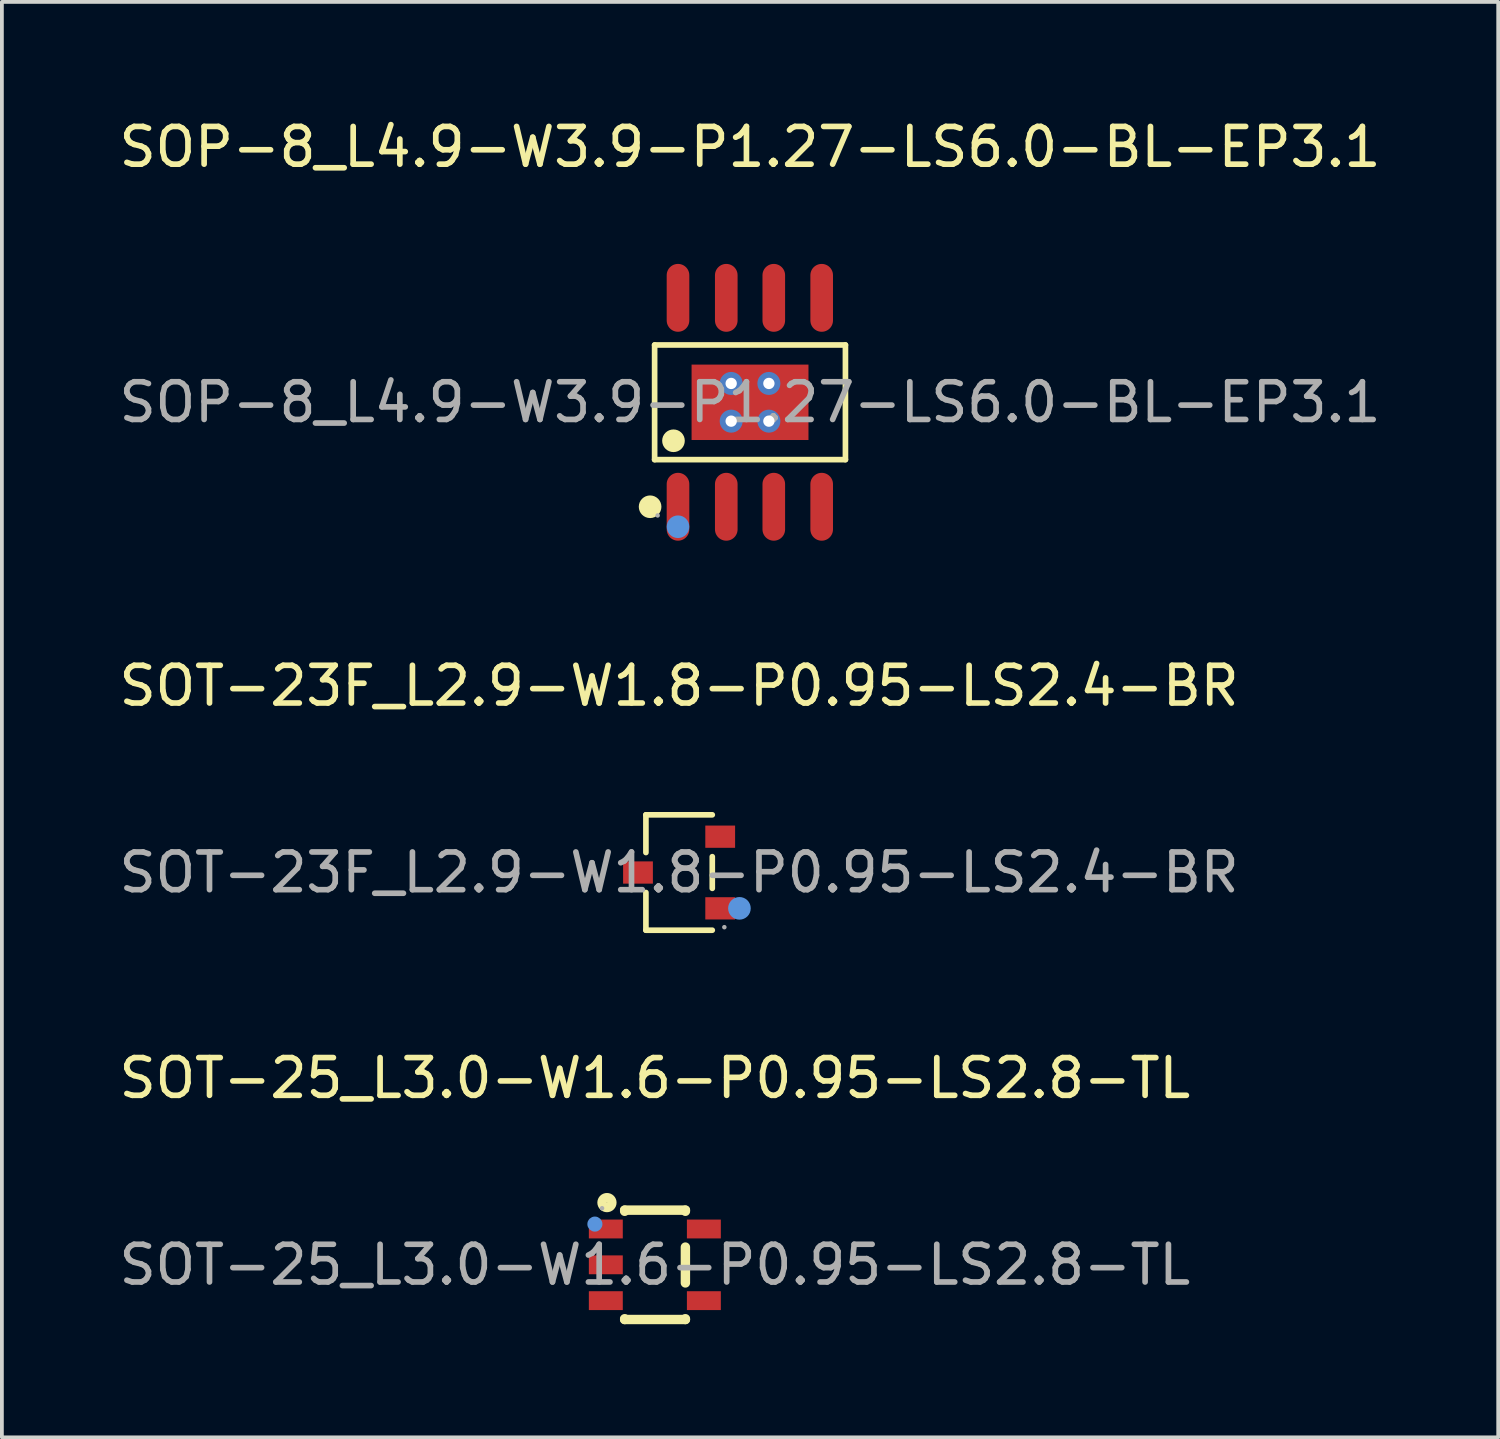
<source format=kicad_pcb>
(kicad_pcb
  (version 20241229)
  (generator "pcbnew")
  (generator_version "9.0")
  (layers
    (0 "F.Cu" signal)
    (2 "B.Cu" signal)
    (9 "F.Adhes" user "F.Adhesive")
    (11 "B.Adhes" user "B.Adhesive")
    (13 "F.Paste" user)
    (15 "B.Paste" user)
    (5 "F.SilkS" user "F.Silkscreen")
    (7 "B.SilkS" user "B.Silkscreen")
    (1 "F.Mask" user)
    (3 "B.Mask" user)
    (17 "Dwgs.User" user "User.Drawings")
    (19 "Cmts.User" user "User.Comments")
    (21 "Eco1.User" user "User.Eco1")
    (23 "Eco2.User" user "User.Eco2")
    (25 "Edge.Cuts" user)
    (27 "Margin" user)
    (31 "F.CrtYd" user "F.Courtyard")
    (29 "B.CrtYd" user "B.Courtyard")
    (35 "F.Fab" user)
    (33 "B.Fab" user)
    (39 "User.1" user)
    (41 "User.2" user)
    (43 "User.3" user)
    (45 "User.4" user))
  (footprint "SOT-25_L3.0-W1.6-P0.95-LS2.8-TL"
    (layer "F.Cu")
    (at 14.315 30.49)
    (property "Reference" "SOT-25_L3.0-W1.6-P0.95-LS2.8-TL" (at 0 -4.95 0) (layer "F.SilkS") (effects (font (size 1 1) (thickness 0.15))))
    (attr smd)
    (fp_line (start -0.8 -1.45) (end -0.8 -1.42) (stroke (width 0.25) (type solid)) (layer "F.SilkS"))
    (fp_line (start -0.8 -1.45) (end 0.81 -1.45) (stroke (width 0.25) (type solid)) (layer "F.SilkS"))
    (fp_line (start -0.8 1.43) (end -0.8 1.45) (stroke (width 0.25) (type solid)) (layer "F.SilkS"))
    (fp_line (start -0.8 1.45) (end 0.81 1.45) (stroke (width 0.25) (type solid)) (layer "F.SilkS"))
    (fp_line (start 0.81 -1.42) (end 0.81 -1.45) (stroke (width 0.25) (type solid)) (layer "F.SilkS"))
    (fp_line (start 0.81 0.48) (end 0.81 -0.47) (stroke (width 0.25) (type solid)) (layer "F.SilkS"))
    (fp_line (start 0.81 1.45) (end 0.81 1.43) (stroke (width 0.25) (type solid)) (layer "F.SilkS"))
    (fp_circle (center -1.27 -1.65) (end -1.14 -1.65) (stroke (width 0.25) (type solid)) (fill no) (layer "F.SilkS"))
    (fp_circle (center -1.59 -1.08) (end -1.49 -1.08) (stroke (width 0.2) (type solid)) (fill no) (layer "Cmts.User"))
    (fp_circle (center -1.4 -1.5) (end -1.37 -1.5) (stroke (width 0.06) (type solid)) (fill no) (layer "F.Fab"))
    (fp_text user "${REFERENCE}" (at 0 0 0) (layer "F.Fab") (effects (font (size 1 1) (thickness 0.15))))
    (pad "1" smd rect (at -1.3 -0.95 270) (size 0.5 0.9) (layers "F.Cu" "F.Mask" "F.Paste"))
    (pad "2" smd rect (at -1.3 0 270) (size 0.5 0.9) (layers "F.Cu" "F.Mask" "F.Paste"))
    (pad "3" smd rect (at -1.3 0.95 270) (size 0.5 0.9) (layers "F.Cu" "F.Mask" "F.Paste"))
    (pad "4" smd rect (at 1.3 0.95 270) (size 0.5 0.9) (layers "F.Cu" "F.Mask" "F.Paste"))
    (pad "5" smd rect (at 1.3 -0.95 270) (size 0.5 0.9) (layers "F.Cu" "F.Mask" "F.Paste")))
  (footprint "SOT-23F_L2.9-W1.8-P0.95-LS2.4-BR"
    (layer "F.Cu")
    (at 14.958 20.087)
    (property "Reference" "SOT-23F_L2.9-W1.8-P0.95-LS2.4-BR" (at 0 -4.95 0) (layer "F.SilkS") (effects (font (size 1 1) (thickness 0.15))))
    (attr smd)
    (fp_line (start -0.88 -1.53) (end -0.88 -0.53) (stroke (width 0.15) (type solid)) (layer "F.SilkS"))
    (fp_line (start -0.88 1.53) (end -0.88 0.53) (stroke (width 0.15) (type solid)) (layer "F.SilkS"))
    (fp_line (start 0.88 -1.53) (end -0.88 -1.53) (stroke (width 0.15) (type solid)) (layer "F.SilkS"))
    (fp_line (start 0.88 -0.42) (end 0.88 0.42) (stroke (width 0.15) (type solid)) (layer "F.SilkS"))
    (fp_line (start 0.88 1.53) (end -0.88 1.53) (stroke (width 0.15) (type solid)) (layer "F.SilkS"))
    (fp_circle (center 1.6 0.95) (end 1.75 0.95) (stroke (width 0.3) (type solid)) (fill no) (layer "Cmts.User"))
    (fp_circle (center 1.2 1.45) (end 1.23 1.45) (stroke (width 0.06) (type solid)) (fill no) (layer "F.Fab"))
    (fp_text user "${REFERENCE}" (at 0 0 0) (layer "F.Fab") (effects (font (size 1 1) (thickness 0.15))))
    (pad "1" smd rect (at 1.09 0.95) (size 0.79 0.59) (layers "F.Cu" "F.Mask" "F.Paste"))
    (pad "2" smd rect (at 1.09 -0.95) (size 0.79 0.59) (layers "F.Cu" "F.Mask" "F.Paste"))
    (pad "3" smd rect (at -1.09 0) (size 0.79 0.59) (layers "F.Cu" "F.Mask" "F.Paste")))
  (footprint "SOP-8_L4.9-W3.9-P1.27-LS6.0-BL-EP3.1"
    (layer "F.Cu")
    (at 16.839 7.618)
    (property "Reference" "SOP-8_L4.9-W3.9-P1.27-LS6.0-BL-EP3.1" (at 0 -6.77 0) (layer "F.SilkS") (effects (font (size 1 1) (thickness 0.15))))
    (attr smd)
    (fp_line (start -2.53 -1.52) (end 2.53 -1.52) (stroke (width 0.15) (type solid)) (layer "F.SilkS"))
    (fp_line (start -2.53 1.52) (end -2.53 -1.52) (stroke (width 0.15) (type solid)) (layer "F.SilkS"))
    (fp_line (start 2.53 -1.52) (end 2.53 1.52) (stroke (width 0.15) (type solid)) (layer "F.SilkS"))
    (fp_line (start 2.53 1.52) (end -2.53 1.52) (stroke (width 0.15) (type solid)) (layer "F.SilkS"))
    (fp_circle (center -2.65 2.77) (end -2.5 2.77) (stroke (width 0.3) (type solid)) (fill no) (layer "F.SilkS"))
    (fp_circle (center -2.03 1.02) (end -1.88 1.02) (stroke (width 0.3) (type solid)) (fill no) (layer "F.SilkS"))
    (fp_circle (center -1.91 3.3) (end -1.76 3.3) (stroke (width 0.3) (type solid)) (fill no) (layer "Cmts.User"))
    (fp_circle (center -2.45 3) (end -2.42 3) (stroke (width 0.06) (type solid)) (fill no) (layer "F.Fab"))
    (fp_text user "${REFERENCE}" (at 0 0 0) (layer "F.Fab") (effects (font (size 1 1) (thickness 0.15))))
    (pad "" thru_hole circle (at -0.5 -0.5) (size 0.61 0.61) (drill 0.3) (layers "*.Cu" "*.Paste" "*.Mask"))
    (pad "" thru_hole circle (at -0.5 0.5) (size 0.61 0.61) (drill 0.3) (layers "*.Cu" "*.Paste" "*.Mask"))
    (pad "" thru_hole circle (at 0.5 -0.5) (size 0.61 0.61) (drill 0.3) (layers "*.Cu" "*.Paste" "*.Mask"))
    (pad "" thru_hole circle (at 0.5 0.5) (size 0.61 0.61) (drill 0.3) (layers "*.Cu" "*.Paste" "*.Mask"))
    (pad "1" smd oval (at -1.91 2.77) (size 0.6 1.8) (layers "F.Cu" "F.Mask" "F.Paste"))
    (pad "2" smd oval (at -0.63 2.77) (size 0.6 1.8) (layers "F.Cu" "F.Mask" "F.Paste"))
    (pad "3" smd oval (at 0.63 2.77) (size 0.6 1.8) (layers "F.Cu" "F.Mask" "F.Paste"))
    (pad "4" smd oval (at 1.9 2.77) (size 0.6 1.8) (layers "F.Cu" "F.Mask" "F.Paste"))
    (pad "5" smd oval (at 1.9 -2.77) (size 0.6 1.8) (layers "F.Cu" "F.Mask" "F.Paste"))
    (pad "6" smd oval (at 0.63 -2.77) (size 0.6 1.8) (layers "F.Cu" "F.Mask" "F.Paste"))
    (pad "7" smd oval (at -0.63 -2.77) (size 0.6 1.8) (layers "F.Cu" "F.Mask" "F.Paste"))
    (pad "8" smd oval (at -1.91 -2.77) (size 0.6 1.8) (layers "F.Cu" "F.Mask" "F.Paste"))
    (pad "9" smd rect (at 0 0) (size 3.1 2) (layers "F.Cu" "F.Mask" "F.Paste")))
  (gr_rect
    (start -3 -3)
    (end 36.679 35.065)
    (stroke (width 0.1) (type default))
    (fill no)
    (layer "Edge.Cuts")))
</source>
